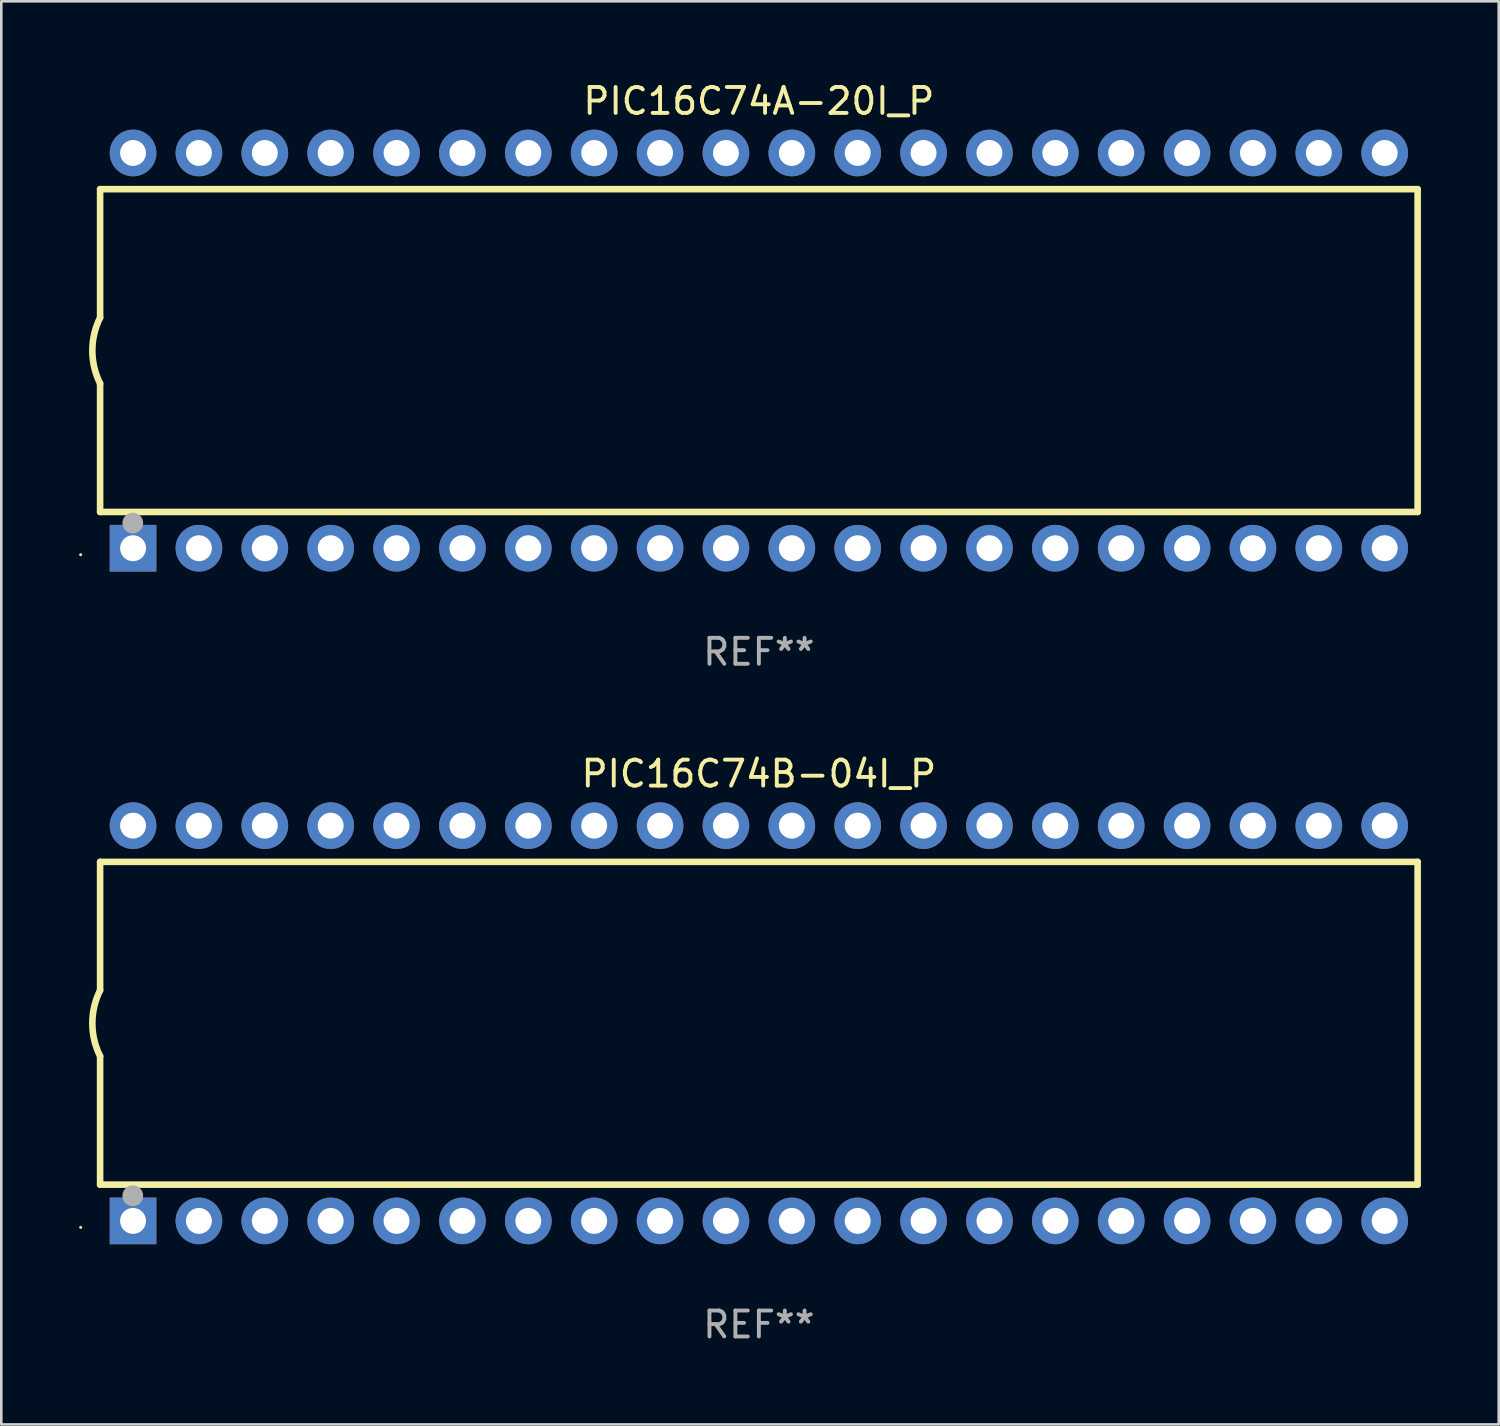
<source format=kicad_pcb>
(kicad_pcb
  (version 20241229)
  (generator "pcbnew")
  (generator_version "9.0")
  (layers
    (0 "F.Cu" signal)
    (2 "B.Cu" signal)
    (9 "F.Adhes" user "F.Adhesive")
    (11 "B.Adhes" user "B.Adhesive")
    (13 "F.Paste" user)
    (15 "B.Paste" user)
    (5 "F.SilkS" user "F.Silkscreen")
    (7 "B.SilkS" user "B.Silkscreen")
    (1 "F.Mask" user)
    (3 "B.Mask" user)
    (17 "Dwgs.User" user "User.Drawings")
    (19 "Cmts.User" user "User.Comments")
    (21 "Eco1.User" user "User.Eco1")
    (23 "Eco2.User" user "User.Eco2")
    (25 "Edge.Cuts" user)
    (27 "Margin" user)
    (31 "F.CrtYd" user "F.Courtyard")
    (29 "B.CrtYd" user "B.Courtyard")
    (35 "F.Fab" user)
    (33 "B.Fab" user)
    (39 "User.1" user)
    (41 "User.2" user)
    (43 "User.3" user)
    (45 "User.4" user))
  (footprint "PIC16C74B-04I_P"
    (layer "F.Cu")
    (at 26.21 36.405)
    (property "Reference" "PIC16C74B-04I_P" (at 0 -9.62 0) (layer "F.SilkS") (effects (font (size 1 1) (thickness 0.15))))
    (attr through_hole)
    (fp_line (start -25.4 -6.224) (end -25.4 -1.271) (stroke (width 0.254) (type solid)) (layer "F.SilkS"))
    (fp_line (start -25.4 -6.224) (end 25.4 -6.224) (stroke (width 0.254) (type solid)) (layer "F.SilkS"))
    (fp_line (start -25.4 1.269) (end -25.4 6.222) (stroke (width 0.254) (type solid)) (layer "F.SilkS"))
    (fp_line (start -25.4 6.222) (end 25.4 6.222) (stroke (width 0.254) (type solid)) (layer "F.SilkS"))
    (fp_line (start 25.4 6.222) (end 25.4 -6.224) (stroke (width 0.254) (type solid)) (layer "F.SilkS"))
    (fp_arc (start -25.4 1.269241) (mid -25.699807 -0.000762) (end -25.4 -1.270765) (stroke (width 0.254001) (type solid)) (layer "F.SilkS"))
    (fp_circle (center -26.15 7.87) (end -26.12 7.87) (stroke (width 0.06) (type solid)) (fill no) (layer "F.SilkS"))
    (fp_circle (center -24.14 6.65) (end -23.94 6.65) (stroke (width 0.4) (type solid)) (fill no) (layer "F.Fab"))
    (fp_text user "REF**" (at 0 11.62 0) (layer "F.Fab") (effects (font (size 1 1) (thickness 0.15))))
    (pad "1" thru_hole rect (at -24.13 7.62 90) (size 1.8 1.8) (drill 1) (layers "*.Cu" "*.Mask"))
    (pad "2" thru_hole circle (at -21.59 7.62) (size 1.8 1.8) (drill 1) (layers "*.Cu" "*.Mask"))
    (pad "3" thru_hole circle (at -19.05 7.62) (size 1.8 1.8) (drill 1) (layers "*.Cu" "*.Mask"))
    (pad "4" thru_hole circle (at -16.51 7.62) (size 1.8 1.8) (drill 1) (layers "*.Cu" "*.Mask"))
    (pad "5" thru_hole circle (at -13.97 7.62) (size 1.8 1.8) (drill 1) (layers "*.Cu" "*.Mask"))
    (pad "6" thru_hole circle (at -11.43 7.62) (size 1.8 1.8) (drill 1) (layers "*.Cu" "*.Mask"))
    (pad "7" thru_hole circle (at -8.89 7.62) (size 1.8 1.8) (drill 1) (layers "*.Cu" "*.Mask"))
    (pad "8" thru_hole circle (at -6.35 7.62) (size 1.8 1.8) (drill 1) (layers "*.Cu" "*.Mask"))
    (pad "9" thru_hole circle (at -3.81 7.62) (size 1.8 1.8) (drill 1) (layers "*.Cu" "*.Mask"))
    (pad "10" thru_hole circle (at -1.27 7.62) (size 1.8 1.8) (drill 1) (layers "*.Cu" "*.Mask"))
    (pad "11" thru_hole circle (at 1.27 7.62) (size 1.8 1.8) (drill 1) (layers "*.Cu" "*.Mask"))
    (pad "12" thru_hole circle (at 3.81 7.62) (size 1.8 1.8) (drill 1) (layers "*.Cu" "*.Mask"))
    (pad "13" thru_hole circle (at 6.35 7.62) (size 1.8 1.8) (drill 1) (layers "*.Cu" "*.Mask"))
    (pad "14" thru_hole circle (at 8.89 7.62) (size 1.8 1.8) (drill 1) (layers "*.Cu" "*.Mask"))
    (pad "15" thru_hole circle (at 11.43 7.62) (size 1.8 1.8) (drill 1) (layers "*.Cu" "*.Mask"))
    (pad "16" thru_hole circle (at 13.97 7.62) (size 1.8 1.8) (drill 1) (layers "*.Cu" "*.Mask"))
    (pad "17" thru_hole circle (at 16.51 7.62) (size 1.8 1.8) (drill 1) (layers "*.Cu" "*.Mask"))
    (pad "18" thru_hole circle (at 19.05 7.62) (size 1.8 1.8) (drill 1) (layers "*.Cu" "*.Mask"))
    (pad "19" thru_hole circle (at 21.59 7.62) (size 1.8 1.8) (drill 1) (layers "*.Cu" "*.Mask"))
    (pad "20" thru_hole circle (at 24.13 7.62) (size 1.8 1.8) (drill 1) (layers "*.Cu" "*.Mask"))
    (pad "21" thru_hole circle (at 24.13 -7.62) (size 1.8 1.8) (drill 1) (layers "*.Cu" "*.Mask"))
    (pad "22" thru_hole circle (at 21.59 -7.62) (size 1.8 1.8) (drill 1) (layers "*.Cu" "*.Mask"))
    (pad "23" thru_hole circle (at 19.05 -7.62) (size 1.8 1.8) (drill 1) (layers "*.Cu" "*.Mask"))
    (pad "24" thru_hole circle (at 16.51 -7.62) (size 1.8 1.8) (drill 1) (layers "*.Cu" "*.Mask"))
    (pad "25" thru_hole circle (at 13.97 -7.62) (size 1.8 1.8) (drill 1) (layers "*.Cu" "*.Mask"))
    (pad "26" thru_hole circle (at 11.43 -7.62) (size 1.8 1.8) (drill 1) (layers "*.Cu" "*.Mask"))
    (pad "27" thru_hole circle (at 8.89 -7.62) (size 1.8 1.8) (drill 1) (layers "*.Cu" "*.Mask"))
    (pad "28" thru_hole circle (at 6.35 -7.62) (size 1.8 1.8) (drill 1) (layers "*.Cu" "*.Mask"))
    (pad "29" thru_hole circle (at 3.81 -7.62) (size 1.8 1.8) (drill 1) (layers "*.Cu" "*.Mask"))
    (pad "30" thru_hole circle (at 1.27 -7.62) (size 1.8 1.8) (drill 1) (layers "*.Cu" "*.Mask"))
    (pad "31" thru_hole circle (at -1.27 -7.62) (size 1.8 1.8) (drill 1) (layers "*.Cu" "*.Mask"))
    (pad "32" thru_hole circle (at -3.81 -7.62) (size 1.8 1.8) (drill 1) (layers "*.Cu" "*.Mask"))
    (pad "33" thru_hole circle (at -6.35 -7.62) (size 1.8 1.8) (drill 1) (layers "*.Cu" "*.Mask"))
    (pad "34" thru_hole circle (at -8.89 -7.62) (size 1.8 1.8) (drill 1) (layers "*.Cu" "*.Mask"))
    (pad "35" thru_hole circle (at -11.43 -7.62) (size 1.8 1.8) (drill 1) (layers "*.Cu" "*.Mask"))
    (pad "36" thru_hole circle (at -13.97 -7.62) (size 1.8 1.8) (drill 1) (layers "*.Cu" "*.Mask"))
    (pad "37" thru_hole circle (at -16.51 -7.62) (size 1.8 1.8) (drill 1) (layers "*.Cu" "*.Mask"))
    (pad "38" thru_hole circle (at -19.05 -7.62) (size 1.8 1.8) (drill 1) (layers "*.Cu" "*.Mask"))
    (pad "39" thru_hole circle (at -21.59 -7.62) (size 1.8 1.8) (drill 1) (layers "*.Cu" "*.Mask"))
    (pad "40" thru_hole circle (at -24.13 -7.62) (size 1.8 1.8) (drill 1) (layers "*.Cu" "*.Mask")))
  (footprint "PIC16C74A-20I_P"
    (layer "F.Cu")
    (at 26.21 10.468)
    (property "Reference" "PIC16C74A-20I_P" (at 0 -9.62 0) (layer "F.SilkS") (effects (font (size 1 1) (thickness 0.15))))
    (attr through_hole)
    (fp_line (start -25.4 -6.224) (end -25.4 -1.271) (stroke (width 0.254) (type solid)) (layer "F.SilkS"))
    (fp_line (start -25.4 -6.224) (end 25.4 -6.224) (stroke (width 0.254) (type solid)) (layer "F.SilkS"))
    (fp_line (start -25.4 1.269) (end -25.4 6.222) (stroke (width 0.254) (type solid)) (layer "F.SilkS"))
    (fp_line (start -25.4 6.222) (end 25.4 6.222) (stroke (width 0.254) (type solid)) (layer "F.SilkS"))
    (fp_line (start 25.4 6.222) (end 25.4 -6.224) (stroke (width 0.254) (type solid)) (layer "F.SilkS"))
    (fp_arc (start -25.4 1.269241) (mid -25.699807 -0.000762) (end -25.4 -1.270765) (stroke (width 0.254001) (type solid)) (layer "F.SilkS"))
    (fp_circle (center -26.15 7.87) (end -26.12 7.87) (stroke (width 0.06) (type solid)) (fill no) (layer "F.SilkS"))
    (fp_circle (center -24.14 6.65) (end -23.94 6.65) (stroke (width 0.4) (type solid)) (fill no) (layer "F.Fab"))
    (fp_text user "REF**" (at 0 11.62 0) (layer "F.Fab") (effects (font (size 1 1) (thickness 0.15))))
    (pad "1" thru_hole rect (at -24.13 7.62 90) (size 1.8 1.8) (drill 1) (layers "*.Cu" "*.Mask"))
    (pad "2" thru_hole circle (at -21.59 7.62) (size 1.8 1.8) (drill 1) (layers "*.Cu" "*.Mask"))
    (pad "3" thru_hole circle (at -19.05 7.62) (size 1.8 1.8) (drill 1) (layers "*.Cu" "*.Mask"))
    (pad "4" thru_hole circle (at -16.51 7.62) (size 1.8 1.8) (drill 1) (layers "*.Cu" "*.Mask"))
    (pad "5" thru_hole circle (at -13.97 7.62) (size 1.8 1.8) (drill 1) (layers "*.Cu" "*.Mask"))
    (pad "6" thru_hole circle (at -11.43 7.62) (size 1.8 1.8) (drill 1) (layers "*.Cu" "*.Mask"))
    (pad "7" thru_hole circle (at -8.89 7.62) (size 1.8 1.8) (drill 1) (layers "*.Cu" "*.Mask"))
    (pad "8" thru_hole circle (at -6.35 7.62) (size 1.8 1.8) (drill 1) (layers "*.Cu" "*.Mask"))
    (pad "9" thru_hole circle (at -3.81 7.62) (size 1.8 1.8) (drill 1) (layers "*.Cu" "*.Mask"))
    (pad "10" thru_hole circle (at -1.27 7.62) (size 1.8 1.8) (drill 1) (layers "*.Cu" "*.Mask"))
    (pad "11" thru_hole circle (at 1.27 7.62) (size 1.8 1.8) (drill 1) (layers "*.Cu" "*.Mask"))
    (pad "12" thru_hole circle (at 3.81 7.62) (size 1.8 1.8) (drill 1) (layers "*.Cu" "*.Mask"))
    (pad "13" thru_hole circle (at 6.35 7.62) (size 1.8 1.8) (drill 1) (layers "*.Cu" "*.Mask"))
    (pad "14" thru_hole circle (at 8.89 7.62) (size 1.8 1.8) (drill 1) (layers "*.Cu" "*.Mask"))
    (pad "15" thru_hole circle (at 11.43 7.62) (size 1.8 1.8) (drill 1) (layers "*.Cu" "*.Mask"))
    (pad "16" thru_hole circle (at 13.97 7.62) (size 1.8 1.8) (drill 1) (layers "*.Cu" "*.Mask"))
    (pad "17" thru_hole circle (at 16.51 7.62) (size 1.8 1.8) (drill 1) (layers "*.Cu" "*.Mask"))
    (pad "18" thru_hole circle (at 19.05 7.62) (size 1.8 1.8) (drill 1) (layers "*.Cu" "*.Mask"))
    (pad "19" thru_hole circle (at 21.59 7.62) (size 1.8 1.8) (drill 1) (layers "*.Cu" "*.Mask"))
    (pad "20" thru_hole circle (at 24.13 7.62) (size 1.8 1.8) (drill 1) (layers "*.Cu" "*.Mask"))
    (pad "21" thru_hole circle (at 24.13 -7.62) (size 1.8 1.8) (drill 1) (layers "*.Cu" "*.Mask"))
    (pad "22" thru_hole circle (at 21.59 -7.62) (size 1.8 1.8) (drill 1) (layers "*.Cu" "*.Mask"))
    (pad "23" thru_hole circle (at 19.05 -7.62) (size 1.8 1.8) (drill 1) (layers "*.Cu" "*.Mask"))
    (pad "24" thru_hole circle (at 16.51 -7.62) (size 1.8 1.8) (drill 1) (layers "*.Cu" "*.Mask"))
    (pad "25" thru_hole circle (at 13.97 -7.62) (size 1.8 1.8) (drill 1) (layers "*.Cu" "*.Mask"))
    (pad "26" thru_hole circle (at 11.43 -7.62) (size 1.8 1.8) (drill 1) (layers "*.Cu" "*.Mask"))
    (pad "27" thru_hole circle (at 8.89 -7.62) (size 1.8 1.8) (drill 1) (layers "*.Cu" "*.Mask"))
    (pad "28" thru_hole circle (at 6.35 -7.62) (size 1.8 1.8) (drill 1) (layers "*.Cu" "*.Mask"))
    (pad "29" thru_hole circle (at 3.81 -7.62) (size 1.8 1.8) (drill 1) (layers "*.Cu" "*.Mask"))
    (pad "30" thru_hole circle (at 1.27 -7.62) (size 1.8 1.8) (drill 1) (layers "*.Cu" "*.Mask"))
    (pad "31" thru_hole circle (at -1.27 -7.62) (size 1.8 1.8) (drill 1) (layers "*.Cu" "*.Mask"))
    (pad "32" thru_hole circle (at -3.81 -7.62) (size 1.8 1.8) (drill 1) (layers "*.Cu" "*.Mask"))
    (pad "33" thru_hole circle (at -6.35 -7.62) (size 1.8 1.8) (drill 1) (layers "*.Cu" "*.Mask"))
    (pad "34" thru_hole circle (at -8.89 -7.62) (size 1.8 1.8) (drill 1) (layers "*.Cu" "*.Mask"))
    (pad "35" thru_hole circle (at -11.43 -7.62) (size 1.8 1.8) (drill 1) (layers "*.Cu" "*.Mask"))
    (pad "36" thru_hole circle (at -13.97 -7.62) (size 1.8 1.8) (drill 1) (layers "*.Cu" "*.Mask"))
    (pad "37" thru_hole circle (at -16.51 -7.62) (size 1.8 1.8) (drill 1) (layers "*.Cu" "*.Mask"))
    (pad "38" thru_hole circle (at -19.05 -7.62) (size 1.8 1.8) (drill 1) (layers "*.Cu" "*.Mask"))
    (pad "39" thru_hole circle (at -21.59 -7.62) (size 1.8 1.8) (drill 1) (layers "*.Cu" "*.Mask"))
    (pad "40" thru_hole circle (at -24.13 -7.62) (size 1.8 1.8) (drill 1) (layers "*.Cu" "*.Mask")))
  (gr_rect
    (start -3 -3)
    (end 54.737 51.873)
    (stroke (width 0.1) (type default))
    (fill no)
    (layer "Edge.Cuts")))
</source>
